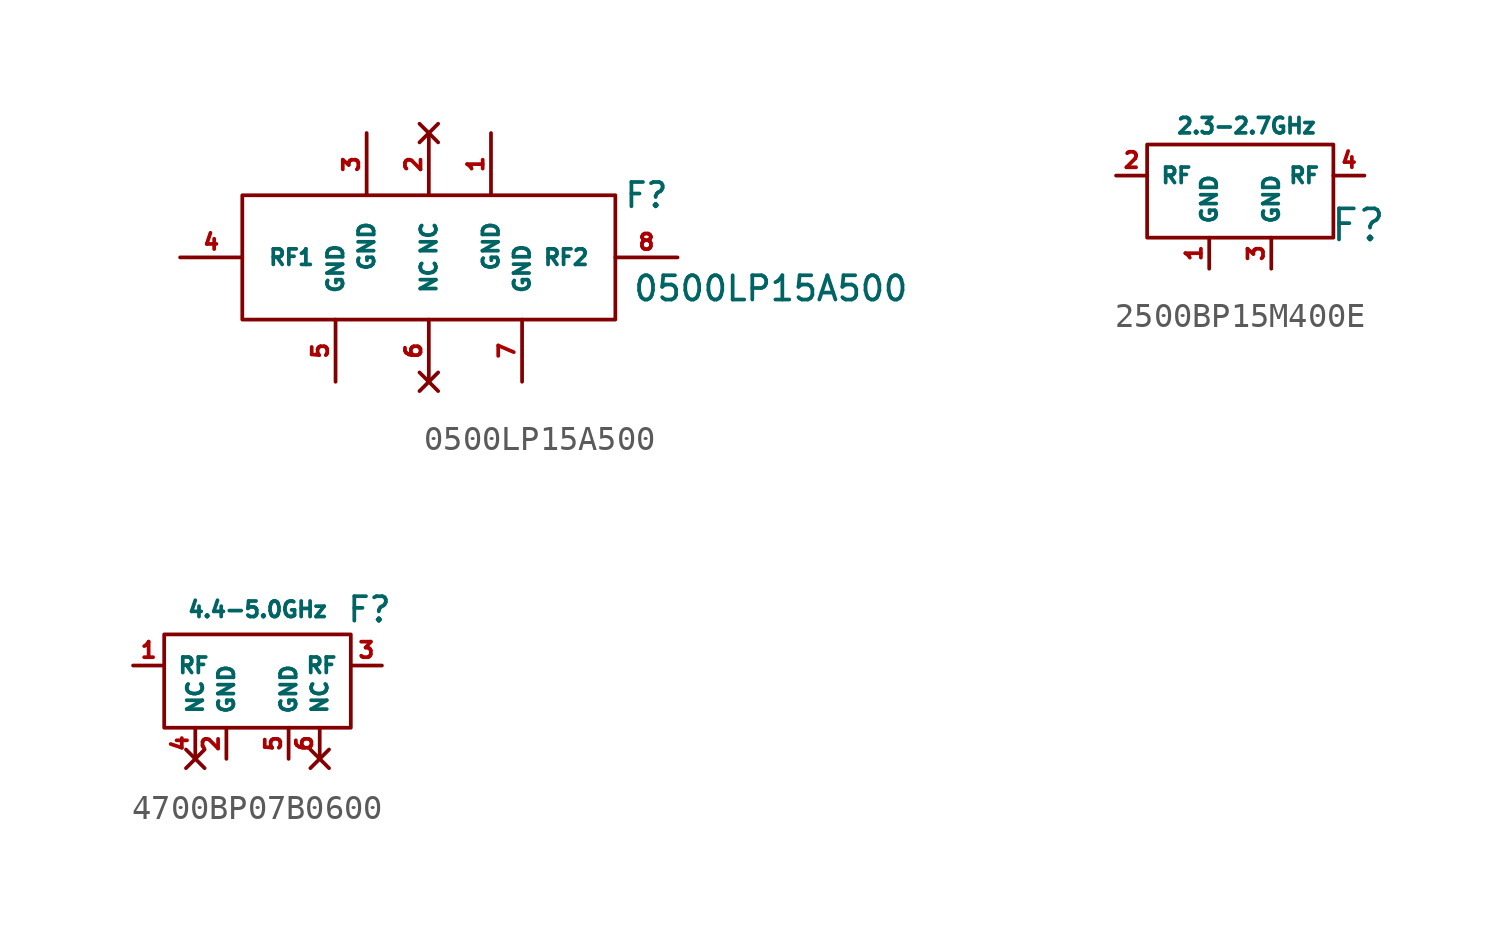
<source format=kicad_sym>
(kicad_symbol_lib
  (version 20231120)
  (generator "kicad_symbol_editor")
  (generator_version "8.0")
  (symbol "0500LP15A500"
    (pin_names
      (offset 1.016))
    (property "Reference" "F"
      (at 8.89 2.54 0)
      (effects (font (size 0.991 0.991))))
    (property "Value" "0500LP15A500"
      (at 13.97 -1.27 0)
      (effects (font (size 0.991 0.991))))
    (symbol "0500LP15A500_0_1"
      (rectangle (start -7.62 2.54) (end 7.62 -2.54) (stroke (width 0) (type solid)) (fill (type none))))
    (symbol "0500LP15A500_1_1"
      (pin power_in line (at 2.54 5.08 270) (length 2.54) (name "GND" (effects (font (size 0.635 0.635)))) (number "1" (effects (font (size 0.635 0.635)))))
      (pin no_connect line (at 0 5.08 270) (length 2.54) (name "NC" (effects (font (size 0.635 0.635)))) (number "2" (effects (font (size 0.635 0.635)))))
      (pin power_in line (at -2.54 5.08 270) (length 2.54) (name "GND" (effects (font (size 0.635 0.635)))) (number "3" (effects (font (size 0.635 0.635)))))
      (pin bidirectional line (at -10.16 0 0) (length 2.54) (name "RF1" (effects (font (size 0.635 0.635)))) (number "4" (effects (font (size 0.635 0.635)))))
      (pin power_in line (at -3.81 -5.08 90) (length 2.54) (name "GND" (effects (font (size 0.635 0.635)))) (number "5" (effects (font (size 0.635 0.635)))))
      (pin no_connect line (at 0 -5.08 90) (length 2.54) (name "NC" (effects (font (size 0.635 0.635)))) (number "6" (effects (font (size 0.635 0.635)))))
      (pin power_in line (at 3.81 -5.08 90) (length 2.54) (name "GND" (effects (font (size 0.635 0.635)))) (number "7" (effects (font (size 0.635 0.635)))))
      (pin bidirectional line (at 10.16 0 180) (length 2.54) (name "RF2" (effects (font (size 0.635 0.635)))) (number "8" (effects (font (size 0.635 0.635)))))))
  (symbol "2500BP15M400E"
    (property "Reference" "F"
      (at 4.826 -2.032 0)
      (effects (font (size 1.27 1.27))))
    (property "Value" "2.3-2.7GHz"
      (at 0.254 2.032 0)
      (effects (font (size 0.635 0.635))))
    (symbol "2500BP15M400E_0_1"
      (rectangle (start -3.81 1.27) (end 3.81 -2.54) (stroke (width 0) (type default)) (fill (type none))))
    (symbol "2500BP15M400E_1_1"
      (pin passive line (at -1.27 -3.81 90) (length 1.27) (name "GND" (effects (font (size 0.635 0.635)))) (number "1" (effects (font (size 0.635 0.635)))))
      (pin passive line (at -5.08 0 0) (length 1.27) (name "RF" (effects (font (size 0.635 0.635)))) (number "2" (effects (font (size 0.635 0.635)))))
      (pin passive line (at 1.27 -3.81 90) (length 1.27) (name "GND" (effects (font (size 0.635 0.635)))) (number "3" (effects (font (size 0.635 0.635)))))
      (pin passive line (at 5.08 0 180) (length 1.27) (name "RF" (effects (font (size 0.635 0.635)))) (number "4" (effects (font (size 0.635 0.635)))))))
  (symbol "4700BP07B0600"
    (property "Reference" "F"
      (at 4.572 2.286 0)
      (effects (font (size 1 1))))
    (property "Value" "4.4-5.0GHz"
      (at 0 2.286 0)
      (effects (font (size 0.635 0.635))))
    (symbol "4700BP07B0600_0_1"
      (rectangle (start -3.81 1.27) (end 3.81 -2.54) (stroke (width 0) (type default)) (fill (type none))))
    (symbol "4700BP07B0600_1_1"
      (pin passive line (at -5.08 0 0) (length 1.27) (name "RF" (effects (font (size 0.635 0.635)))) (number "1" (effects (font (size 0.635 0.635)))))
      (pin passive line (at -1.27 -3.81 90) (length 1.27) (name "GND" (effects (font (size 0.635 0.635)))) (number "2" (effects (font (size 0.635 0.635)))))
      (pin passive line (at 5.08 0 180) (length 1.27) (name "RF" (effects (font (size 0.635 0.635)))) (number "3" (effects (font (size 0.635 0.635)))))
      (pin no_connect line (at -2.54 -3.81 90) (length 1.27) (name "NC" (effects (font (size 0.635 0.635)))) (number "4" (effects (font (size 0.635 0.635)))))
      (pin passive line (at 1.27 -3.81 90) (length 1.27) (name "GND" (effects (font (size 0.635 0.635)))) (number "5" (effects (font (size 0.635 0.635)))))
      (pin no_connect line (at 2.54 -3.81 90) (length 1.27) (name "NC" (effects (font (size 0.635 0.635)))) (number "6" (effects (font (size 0.635 0.635))))))))
</source>
